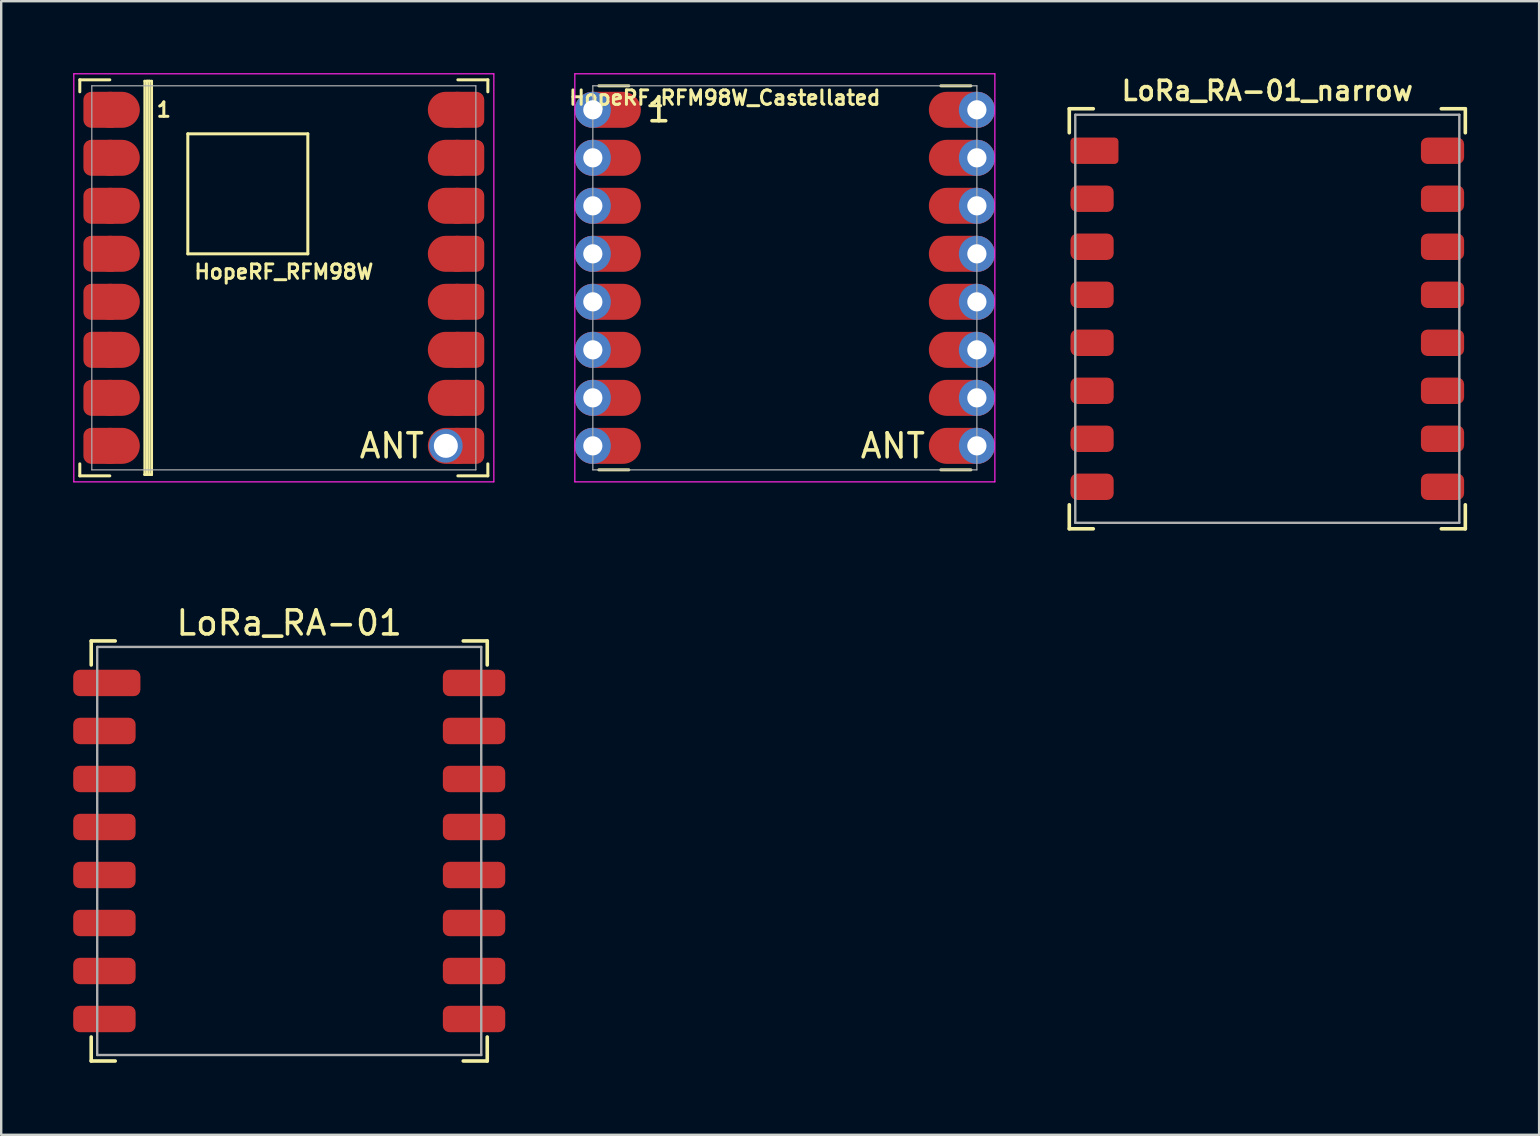
<source format=kicad_pcb>
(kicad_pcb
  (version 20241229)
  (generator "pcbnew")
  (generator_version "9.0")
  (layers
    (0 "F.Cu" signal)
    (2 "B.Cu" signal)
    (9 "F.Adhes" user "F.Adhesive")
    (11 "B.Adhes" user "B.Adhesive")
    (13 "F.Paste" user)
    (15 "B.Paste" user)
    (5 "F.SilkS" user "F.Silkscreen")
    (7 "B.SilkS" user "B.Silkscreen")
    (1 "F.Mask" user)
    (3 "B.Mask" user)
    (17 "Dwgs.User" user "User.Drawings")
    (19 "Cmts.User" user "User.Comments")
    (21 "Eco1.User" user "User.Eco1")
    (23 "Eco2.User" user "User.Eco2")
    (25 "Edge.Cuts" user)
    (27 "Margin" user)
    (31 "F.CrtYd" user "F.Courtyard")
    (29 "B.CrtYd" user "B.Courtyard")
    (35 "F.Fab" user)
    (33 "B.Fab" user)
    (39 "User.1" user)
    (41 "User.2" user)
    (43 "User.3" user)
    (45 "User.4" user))
  (footprint "HopeRF_RFM98W_Castellated"
    (layer "F.Cu")
    (at 29.649 8.525)
    (property "Reference" "HopeRF_RFM98W_Castellated" (at -2.5 -7.5 0) (layer "F.SilkS") (effects (font (size 0.6 0.6) (thickness 0.125))))
    (attr through_hole)
    (fp_line (start -7.75 -8) (end -6.5 -8) (stroke (width 0.125) (type solid)) (layer "F.SilkS"))
    (fp_line (start -7.75 8) (end -6.5 8) (stroke (width 0.125) (type solid)) (layer "F.SilkS"))
    (fp_line (start 6.5 -8) (end 7.75 -8) (stroke (width 0.125) (type solid)) (layer "F.SilkS"))
    (fp_line (start 6.5 8) (end 7.75 8) (stroke (width 0.125) (type solid)) (layer "F.SilkS"))
    (fp_line (start -8.75 -8.5) (end 8.75 -8.5) (stroke (width 0.05) (type solid)) (layer "F.CrtYd"))
    (fp_line (start -8.75 8.5) (end -8.75 -8.5) (stroke (width 0.05) (type solid)) (layer "F.CrtYd"))
    (fp_line (start 8.75 -8.5) (end 8.75 8.5) (stroke (width 0.05) (type solid)) (layer "F.CrtYd"))
    (fp_line (start 8.75 8.5) (end -8.75 8.5) (stroke (width 0.05) (type solid)) (layer "F.CrtYd"))
    (fp_line (start -8 -8) (end 8 -8) (stroke (width 0.05) (type solid)) (layer "F.Fab"))
    (fp_line (start -8 8) (end -8 -8) (stroke (width 0.05) (type solid)) (layer "F.Fab"))
    (fp_line (start 8 -8) (end 8 8) (stroke (width 0.05) (type solid)) (layer "F.Fab"))
    (fp_line (start 8 8) (end -8 8) (stroke (width 0.05) (type solid)) (layer "F.Fab"))
    (fp_text user "1" (at -5.25 -7 0) (layer "F.SilkS") (effects (font (size 1 1) (thickness 0.15))))
    (fp_text user "ANT" (at 4.5 7 0) (layer "F.SilkS") (effects (font (size 1 1) (thickness 0.15))))
    (pad "1" thru_hole circle (at -8 -7) (size 1.5 1.5) (drill 0.8) (layers "*.Cu" "*.Mask"))
    (pad "1" smd oval (at -7.375 -7) (size 2.75 1.5) (layers "F.Cu" "F.Mask"))
    (pad "2" thru_hole circle (at -8 -5) (size 1.5 1.5) (drill 0.8) (layers "*.Cu" "*.Mask"))
    (pad "2" smd oval (at -7.375 -5) (size 2.75 1.5) (layers "F.Cu" "F.Mask"))
    (pad "3" thru_hole circle (at -8 -3) (size 1.5 1.5) (drill 0.8) (layers "*.Cu" "*.Mask"))
    (pad "3" smd oval (at -7.375 -3) (size 2.75 1.5) (layers "F.Cu" "F.Mask"))
    (pad "4" thru_hole circle (at -8 -1) (size 1.5 1.5) (drill 0.8) (layers "*.Cu" "*.Mask"))
    (pad "4" smd oval (at -7.375 -1) (size 2.75 1.5) (layers "F.Cu" "F.Mask"))
    (pad "5" thru_hole circle (at -8 1) (size 1.5 1.5) (drill 0.8) (layers "*.Cu" "*.Mask"))
    (pad "5" smd oval (at -7.375 1) (size 2.75 1.5) (layers "F.Cu" "F.Mask"))
    (pad "6" thru_hole circle (at -8 3) (size 1.5 1.5) (drill 0.8) (layers "*.Cu" "*.Mask"))
    (pad "6" smd oval (at -7.375 3) (size 2.75 1.5) (layers "F.Cu" "F.Mask"))
    (pad "7" thru_hole circle (at -8 5) (size 1.5 1.5) (drill 0.8) (layers "*.Cu" "*.Mask"))
    (pad "7" smd oval (at -7.375 5) (size 2.75 1.5) (layers "F.Cu" "F.Mask"))
    (pad "8" thru_hole circle (at -8 7) (size 1.5 1.5) (drill 0.8) (layers "*.Cu" "*.Mask"))
    (pad "8" smd oval (at -7.375 7) (size 2.75 1.5) (layers "F.Cu" "F.Mask"))
    (pad "9" smd oval (at 7.375 7) (size 2.75 1.5) (layers "F.Cu" "F.Mask"))
    (pad "9" thru_hole circle (at 8 7) (size 1.5 1.5) (drill 0.8) (layers "*.Cu" "*.Mask"))
    (pad "10" smd oval (at 7.375 5) (size 2.75 1.5) (layers "F.Cu" "F.Mask"))
    (pad "10" thru_hole circle (at 8 5) (size 1.5 1.5) (drill 0.8) (layers "*.Cu" "*.Mask"))
    (pad "11" smd oval (at 7.375 3) (size 2.75 1.5) (layers "F.Cu" "F.Mask"))
    (pad "11" thru_hole circle (at 8 3) (size 1.5 1.5) (drill 0.8) (layers "*.Cu" "*.Mask"))
    (pad "12" smd oval (at 7.375 1) (size 2.75 1.5) (layers "F.Cu" "F.Mask"))
    (pad "12" thru_hole circle (at 8 1) (size 1.5 1.5) (drill 0.8) (layers "*.Cu" "*.Mask"))
    (pad "13" smd oval (at 7.375 -1) (size 2.75 1.5) (layers "F.Cu" "F.Mask"))
    (pad "13" thru_hole circle (at 8 -1) (size 1.5 1.5) (drill 0.8) (layers "*.Cu" "*.Mask"))
    (pad "14" smd oval (at 7.375 -3) (size 2.75 1.5) (layers "F.Cu" "F.Mask"))
    (pad "14" thru_hole circle (at 8 -3) (size 1.5 1.5) (drill 0.8) (layers "*.Cu" "*.Mask"))
    (pad "15" smd oval (at 7.375 -5) (size 2.75 1.5) (layers "F.Cu" "F.Mask"))
    (pad "15" thru_hole circle (at 8 -5) (size 1.5 1.5) (drill 0.8) (layers "*.Cu" "*.Mask"))
    (pad "16" smd oval (at 7.375 -7) (size 2.75 1.5) (layers "F.Cu" "F.Mask"))
    (pad "16" thru_hole circle (at 8 -7) (size 1.5 1.5) (drill 0.8) (layers "*.Cu" "*.Mask")))
  (footprint "HopeRF_RFM98W"
    (layer "F.Cu")
    (at 8.775 8.525)
    (property "Reference" "HopeRF_RFM98W" (at 0 -0.25 0) (layer "F.SilkS") (effects (font (size 0.6 0.6) (thickness 0.125))))
    (attr through_hole)
    (fp_line (start -8.5 -8.25) (end -8.5 -7.75) (stroke (width 0.125) (type solid)) (layer "F.SilkS"))
    (fp_line (start -8.5 -8.25) (end -7.25 -8.25) (stroke (width 0.125) (type solid)) (layer "F.SilkS"))
    (fp_line (start -8.5 8.25) (end -8.5 7.75) (stroke (width 0.125) (type solid)) (layer "F.SilkS"))
    (fp_line (start -8.5 8.25) (end -7.25 8.25) (stroke (width 0.125) (type solid)) (layer "F.SilkS"))
    (fp_line (start -5.8 -8.2) (end -5.8 8.2) (stroke (width 0.1) (type solid)) (layer "F.SilkS"))
    (fp_line (start -5.8 8.2) (end -5.7 8.2) (stroke (width 0.1) (type solid)) (layer "F.SilkS"))
    (fp_line (start -5.8 8.2) (end -5.5 8.2) (stroke (width 0.1) (type solid)) (layer "F.SilkS"))
    (fp_line (start -5.7 -8.2) (end -5.6 -8.2) (stroke (width 0.1) (type solid)) (layer "F.SilkS"))
    (fp_line (start -5.7 8.2) (end -5.7 -8.2) (stroke (width 0.1) (type solid)) (layer "F.SilkS"))
    (fp_line (start -5.6 -8.2) (end -5.6 8.2) (stroke (width 0.1) (type solid)) (layer "F.SilkS"))
    (fp_line (start -5.6 8.2) (end -5.5 8.2) (stroke (width 0.1) (type solid)) (layer "F.SilkS"))
    (fp_line (start -5.5 -8.2) (end -5.8 -8.2) (stroke (width 0.1) (type solid)) (layer "F.SilkS"))
    (fp_line (start -5.5 8.2) (end -5.5 -8.2) (stroke (width 0.1) (type solid)) (layer "F.SilkS"))
    (fp_line (start -4 -6) (end 1 -6) (stroke (width 0.125) (type solid)) (layer "F.SilkS"))
    (fp_line (start -4 -1) (end -4 -6) (stroke (width 0.125) (type solid)) (layer "F.SilkS"))
    (fp_line (start 1 -6) (end 1 -1) (stroke (width 0.125) (type solid)) (layer "F.SilkS"))
    (fp_line (start 1 -1) (end -4 -1) (stroke (width 0.125) (type solid)) (layer "F.SilkS"))
    (fp_line (start 7.25 -8.25) (end 8.5 -8.25) (stroke (width 0.125) (type solid)) (layer "F.SilkS"))
    (fp_line (start 8.5 -8.25) (end 8.5 -7.75) (stroke (width 0.125) (type solid)) (layer "F.SilkS"))
    (fp_line (start 8.5 7.75) (end 8.5 8.25) (stroke (width 0.125) (type solid)) (layer "F.SilkS"))
    (fp_line (start 8.5 8.25) (end 7.25 8.25) (stroke (width 0.125) (type solid)) (layer "F.SilkS"))
    (fp_line (start -8.75 -8.5) (end 8.75 -8.5) (stroke (width 0.05) (type solid)) (layer "F.CrtYd"))
    (fp_line (start -8.75 8.5) (end -8.75 -8.5) (stroke (width 0.05) (type solid)) (layer "F.CrtYd"))
    (fp_line (start 8.75 -8.5) (end 8.75 8.5) (stroke (width 0.05) (type solid)) (layer "F.CrtYd"))
    (fp_line (start 8.75 8.5) (end -8.75 8.5) (stroke (width 0.05) (type solid)) (layer "F.CrtYd"))
    (fp_line (start -8 -8) (end 8 -8) (stroke (width 0.05) (type solid)) (layer "F.Fab"))
    (fp_line (start -8 8) (end -8 -8) (stroke (width 0.05) (type solid)) (layer "F.Fab"))
    (fp_line (start 8 -8) (end 8 8) (stroke (width 0.05) (type solid)) (layer "F.Fab"))
    (fp_line (start 8 8) (end -8 8) (stroke (width 0.05) (type solid)) (layer "F.Fab"))
    (fp_text user "1" (at -5 -7 0) (layer "F.SilkS") (effects (font (size 0.6 0.6) (thickness 0.125))))
    (fp_text user "ANT" (at 4.5 7 0) (layer "F.SilkS") (effects (font (size 1 1) (thickness 0.15))))
    (pad "1" smd roundrect (at -7.6 -7) (size 1.5 1.5) (layers "F.Cu" "F.Mask" "F.Paste") (roundrect_rratio 0.22))
    (pad "1" smd oval (at -7 -7) (size 2 1.5) (layers "F.Cu" "F.Mask" "F.Paste"))
    (pad "2" smd roundrect (at -7.6 -5) (size 1.5 1.5) (layers "F.Cu" "F.Mask" "F.Paste") (roundrect_rratio 0.22))
    (pad "2" smd oval (at -7 -5) (size 2 1.5) (layers "F.Cu" "F.Mask" "F.Paste"))
    (pad "3" smd roundrect (at -7.6 -3) (size 1.5 1.5) (layers "F.Cu" "F.Mask" "F.Paste") (roundrect_rratio 0.22))
    (pad "3" smd oval (at -7 -3) (size 2 1.5) (layers "F.Cu" "F.Mask" "F.Paste"))
    (pad "4" smd roundrect (at -7.6 -1) (size 1.5 1.5) (layers "F.Cu" "F.Mask" "F.Paste") (roundrect_rratio 0.22))
    (pad "4" smd oval (at -7 -1) (size 2 1.5) (layers "F.Cu" "F.Mask" "F.Paste"))
    (pad "5" smd roundrect (at -7.6 1) (size 1.5 1.5) (layers "F.Cu" "F.Mask" "F.Paste") (roundrect_rratio 0.22))
    (pad "5" smd oval (at -7 1) (size 2 1.5) (layers "F.Cu" "F.Mask" "F.Paste"))
    (pad "6" smd roundrect (at -7.6 3) (size 1.5 1.5) (layers "F.Cu" "F.Mask" "F.Paste") (roundrect_rratio 0.22))
    (pad "6" smd oval (at -7 3) (size 2 1.5) (layers "F.Cu" "F.Mask" "F.Paste"))
    (pad "7" smd roundrect (at -7.6 5) (size 1.5 1.5) (layers "F.Cu" "F.Mask" "F.Paste") (roundrect_rratio 0.22))
    (pad "7" smd oval (at -7 5) (size 2 1.5) (layers "F.Cu" "F.Mask" "F.Paste"))
    (pad "8" smd roundrect (at -7.6 7) (size 1.5 1.5) (layers "F.Cu" "F.Mask" "F.Paste") (roundrect_rratio 0.22))
    (pad "8" smd oval (at -7 7) (size 2 1.5) (layers "F.Cu" "F.Mask" "F.Paste"))
    (pad "9" thru_hole circle (at 6.75 7) (size 1.4 1.4) (drill 1) (layers "*.Cu" "*.Mask"))
    (pad "9" smd oval (at 7 7) (size 2 1.5) (layers "F.Cu" "F.Mask"))
    (pad "9" smd roundrect (at 7.6 7) (size 1.5 1.5) (layers "F.Cu" "F.Mask") (roundrect_rratio 0.22))
    (pad "10" smd oval (at 7 5) (size 2 1.5) (layers "F.Cu" "F.Mask" "F.Paste"))
    (pad "10" smd roundrect (at 7.6 5) (size 1.5 1.5) (layers "F.Cu" "F.Mask" "F.Paste") (roundrect_rratio 0.22))
    (pad "11" smd oval (at 7 3) (size 2 1.5) (layers "F.Cu" "F.Mask" "F.Paste"))
    (pad "11" smd roundrect (at 7.6 3) (size 1.5 1.5) (layers "F.Cu" "F.Mask" "F.Paste") (roundrect_rratio 0.22))
    (pad "12" smd oval (at 7 1) (size 2 1.5) (layers "F.Cu" "F.Mask" "F.Paste"))
    (pad "12" smd roundrect (at 7.6 1) (size 1.5 1.5) (layers "F.Cu" "F.Mask" "F.Paste") (roundrect_rratio 0.22))
    (pad "13" smd oval (at 7 -1) (size 2 1.5) (layers "F.Cu" "F.Mask" "F.Paste"))
    (pad "13" smd roundrect (at 7.6 -1) (size 1.5 1.5) (layers "F.Cu" "F.Mask" "F.Paste") (roundrect_rratio 0.22))
    (pad "14" smd oval (at 7 -3) (size 2 1.5) (layers "F.Cu" "F.Mask" "F.Paste"))
    (pad "14" smd roundrect (at 7.6 -3) (size 1.5 1.5) (layers "F.Cu" "F.Mask" "F.Paste") (roundrect_rratio 0.22))
    (pad "15" smd oval (at 7 -5) (size 2 1.5) (layers "F.Cu" "F.Mask" "F.Paste"))
    (pad "15" smd roundrect (at 7.6 -5) (size 1.5 1.5) (layers "F.Cu" "F.Mask" "F.Paste") (roundrect_rratio 0.22))
    (pad "16" smd oval (at 7 -7) (size 2 1.5) (layers "F.Cu" "F.Mask" "F.Paste"))
    (pad "16" smd roundrect (at 7.6 -7) (size 1.5 1.5) (layers "F.Cu" "F.Mask" "F.Paste") (roundrect_rratio 0.22)))
  (footprint "LoRa_RA-01_narrow"
    (layer "F.Cu")
    (at 49.749 10.231)
    (property "Reference" "LoRa_RA-01_narrow" (at 0 -9.5 0) (layer "F.SilkS") (effects (font (size 0.8 0.8) (thickness 0.15))))
    (attr through_hole)
    (fp_line (start -8.25 -8.75) (end -7.25 -8.75) (stroke (width 0.15) (type solid)) (layer "F.SilkS"))
    (fp_line (start -8.25 -7.75) (end -8.25 -8.75) (stroke (width 0.15) (type solid)) (layer "F.SilkS"))
    (fp_line (start -8.25 7.75) (end -8.25 8.75) (stroke (width 0.15) (type solid)) (layer "F.SilkS"))
    (fp_line (start -8.25 8.75) (end -7.25 8.75) (stroke (width 0.15) (type solid)) (layer "F.SilkS"))
    (fp_line (start 8.25 -8.75) (end 7.25 -8.75) (stroke (width 0.15) (type solid)) (layer "F.SilkS"))
    (fp_line (start 8.25 -7.75) (end 8.25 -8.75) (stroke (width 0.15) (type solid)) (layer "F.SilkS"))
    (fp_line (start 8.25 7.75) (end 8.25 8.75) (stroke (width 0.15) (type solid)) (layer "F.SilkS"))
    (fp_line (start 8.25 8.75) (end 7.25 8.75) (stroke (width 0.15) (type solid)) (layer "F.SilkS"))
    (fp_line (start -8 -8.5) (end 8 -8.5) (stroke (width 0.1) (type solid)) (layer "F.Fab"))
    (fp_line (start -8 8.5) (end -8 -8.5) (stroke (width 0.1) (type solid)) (layer "F.Fab"))
    (fp_line (start 8 -8.5) (end 8 8.5) (stroke (width 0.1) (type solid)) (layer "F.Fab"))
    (fp_line (start 8 8.5) (end -8 8.5) (stroke (width 0.1) (type solid)) (layer "F.Fab"))
    (pad "1" smd roundrect (at -7.2 -7) (size 2 1.1) (layers "F.Cu" "F.Mask" "F.Paste") (roundrect_rratio 0.15))
    (pad "2" smd roundrect (at -7.3 -5) (size 1.8 1.1) (layers "F.Cu" "F.Mask" "F.Paste") (roundrect_rratio 0.25))
    (pad "3" smd roundrect (at -7.3 -3) (size 1.8 1.1) (layers "F.Cu" "F.Mask" "F.Paste") (roundrect_rratio 0.25))
    (pad "4" smd roundrect (at -7.3 -1) (size 1.8 1.1) (layers "F.Cu" "F.Mask" "F.Paste") (roundrect_rratio 0.25))
    (pad "5" smd roundrect (at -7.3 1) (size 1.8 1.1) (layers "F.Cu" "F.Mask" "F.Paste") (roundrect_rratio 0.25))
    (pad "6" smd roundrect (at -7.3 3) (size 1.8 1.1) (layers "F.Cu" "F.Mask" "F.Paste") (roundrect_rratio 0.25))
    (pad "7" smd roundrect (at -7.3 5) (size 1.8 1.1) (layers "F.Cu" "F.Mask" "F.Paste") (roundrect_rratio 0.25))
    (pad "8" smd roundrect (at -7.3 7) (size 1.8 1.1) (layers "F.Cu" "F.Mask" "F.Paste") (roundrect_rratio 0.25))
    (pad "9" smd roundrect (at 7.3 7) (size 1.8 1.1) (layers "F.Cu" "F.Mask" "F.Paste") (roundrect_rratio 0.25))
    (pad "10" smd roundrect (at 7.3 5) (size 1.8 1.1) (layers "F.Cu" "F.Mask" "F.Paste") (roundrect_rratio 0.25))
    (pad "11" smd roundrect (at 7.3 3) (size 1.8 1.1) (layers "F.Cu" "F.Mask" "F.Paste") (roundrect_rratio 0.25))
    (pad "12" smd roundrect (at 7.3 1) (size 1.8 1.1) (layers "F.Cu" "F.Mask" "F.Paste") (roundrect_rratio 0.25))
    (pad "13" smd roundrect (at 7.3 -1) (size 1.8 1.1) (layers "F.Cu" "F.Mask" "F.Paste") (roundrect_rratio 0.25))
    (pad "14" smd roundrect (at 7.3 -3) (size 1.8 1.1) (layers "F.Cu" "F.Mask" "F.Paste") (roundrect_rratio 0.25))
    (pad "15" smd roundrect (at 7.3 -5) (size 1.8 1.1) (layers "F.Cu" "F.Mask" "F.Paste") (roundrect_rratio 0.25))
    (pad "16" smd roundrect (at 7.3 -7) (size 1.8 1.1) (layers "F.Cu" "F.Mask" "F.Paste") (roundrect_rratio 0.25)))
  (footprint "LoRa_RA-01"
    (layer "F.Cu")
    (at 9 32.404)
    (property "Reference" "LoRa_RA-01" (at 0 -9.5 0) (layer "F.SilkS") (effects (font (size 1 1) (thickness 0.15))))
    (attr through_hole)
    (fp_line (start -8.25 -8.75) (end -7.25 -8.75) (stroke (width 0.15) (type solid)) (layer "F.SilkS"))
    (fp_line (start -8.25 -7.75) (end -8.25 -8.75) (stroke (width 0.15) (type solid)) (layer "F.SilkS"))
    (fp_line (start -8.25 7.75) (end -8.25 8.75) (stroke (width 0.15) (type solid)) (layer "F.SilkS"))
    (fp_line (start -8.25 8.75) (end -7.25 8.75) (stroke (width 0.15) (type solid)) (layer "F.SilkS"))
    (fp_line (start 8.25 -8.75) (end 7.25 -8.75) (stroke (width 0.15) (type solid)) (layer "F.SilkS"))
    (fp_line (start 8.25 -7.75) (end 8.25 -8.75) (stroke (width 0.15) (type solid)) (layer "F.SilkS"))
    (fp_line (start 8.25 7.75) (end 8.25 8.75) (stroke (width 0.15) (type solid)) (layer "F.SilkS"))
    (fp_line (start 8.25 8.75) (end 7.25 8.75) (stroke (width 0.15) (type solid)) (layer "F.SilkS"))
    (fp_line (start -8 -8.5) (end 8 -8.5) (stroke (width 0.1) (type solid)) (layer "F.Fab"))
    (fp_line (start -8 8.5) (end -8 -8.5) (stroke (width 0.1) (type solid)) (layer "F.Fab"))
    (fp_line (start 8 -8.5) (end 8 8.5) (stroke (width 0.1) (type solid)) (layer "F.Fab"))
    (fp_line (start 8 8.5) (end -8 8.5) (stroke (width 0.1) (type solid)) (layer "F.Fab"))
    (pad "1" smd roundrect (at -7.6 -7) (size 2.8 1.1) (layers "F.Cu" "F.Mask" "F.Paste") (roundrect_rratio 0.25))
    (pad "2" smd roundrect (at -7.7 -5) (size 2.6 1.1) (layers "F.Cu" "F.Mask" "F.Paste") (roundrect_rratio 0.25))
    (pad "3" smd roundrect (at -7.7 -3) (size 2.6 1.1) (layers "F.Cu" "F.Mask" "F.Paste") (roundrect_rratio 0.25))
    (pad "4" smd roundrect (at -7.7 -1) (size 2.6 1.1) (layers "F.Cu" "F.Mask" "F.Paste") (roundrect_rratio 0.25))
    (pad "5" smd roundrect (at -7.7 1) (size 2.6 1.1) (layers "F.Cu" "F.Mask" "F.Paste") (roundrect_rratio 0.25))
    (pad "6" smd roundrect (at -7.7 3) (size 2.6 1.1) (layers "F.Cu" "F.Mask" "F.Paste") (roundrect_rratio 0.25))
    (pad "7" smd roundrect (at -7.7 5) (size 2.6 1.1) (layers "F.Cu" "F.Mask" "F.Paste") (roundrect_rratio 0.25))
    (pad "8" smd roundrect (at -7.7 7) (size 2.6 1.1) (layers "F.Cu" "F.Mask" "F.Paste") (roundrect_rratio 0.25))
    (pad "9" smd roundrect (at 7.7 7) (size 2.6 1.1) (layers "F.Cu" "F.Mask" "F.Paste") (roundrect_rratio 0.25))
    (pad "10" smd roundrect (at 7.7 5) (size 2.6 1.1) (layers "F.Cu" "F.Mask" "F.Paste") (roundrect_rratio 0.25))
    (pad "11" smd roundrect (at 7.7 3) (size 2.6 1.1) (layers "F.Cu" "F.Mask" "F.Paste") (roundrect_rratio 0.25))
    (pad "12" smd roundrect (at 7.7 1) (size 2.6 1.1) (layers "F.Cu" "F.Mask" "F.Paste") (roundrect_rratio 0.25))
    (pad "13" smd roundrect (at 7.7 -1) (size 2.6 1.1) (layers "F.Cu" "F.Mask" "F.Paste") (roundrect_rratio 0.25))
    (pad "14" smd roundrect (at 7.7 -3) (size 2.6 1.1) (layers "F.Cu" "F.Mask" "F.Paste") (roundrect_rratio 0.25))
    (pad "15" smd roundrect (at 7.7 -5) (size 2.6 1.1) (layers "F.Cu" "F.Mask" "F.Paste") (roundrect_rratio 0.25))
    (pad "16" smd roundrect (at 7.7 -7) (size 2.6 1.1) (layers "F.Cu" "F.Mask" "F.Paste") (roundrect_rratio 0.25)))
  (gr_rect
    (start -3 -3)
    (end 61.074 44.23)
    (stroke (width 0.1) (type default))
    (fill no)
    (layer "Edge.Cuts")))
</source>
